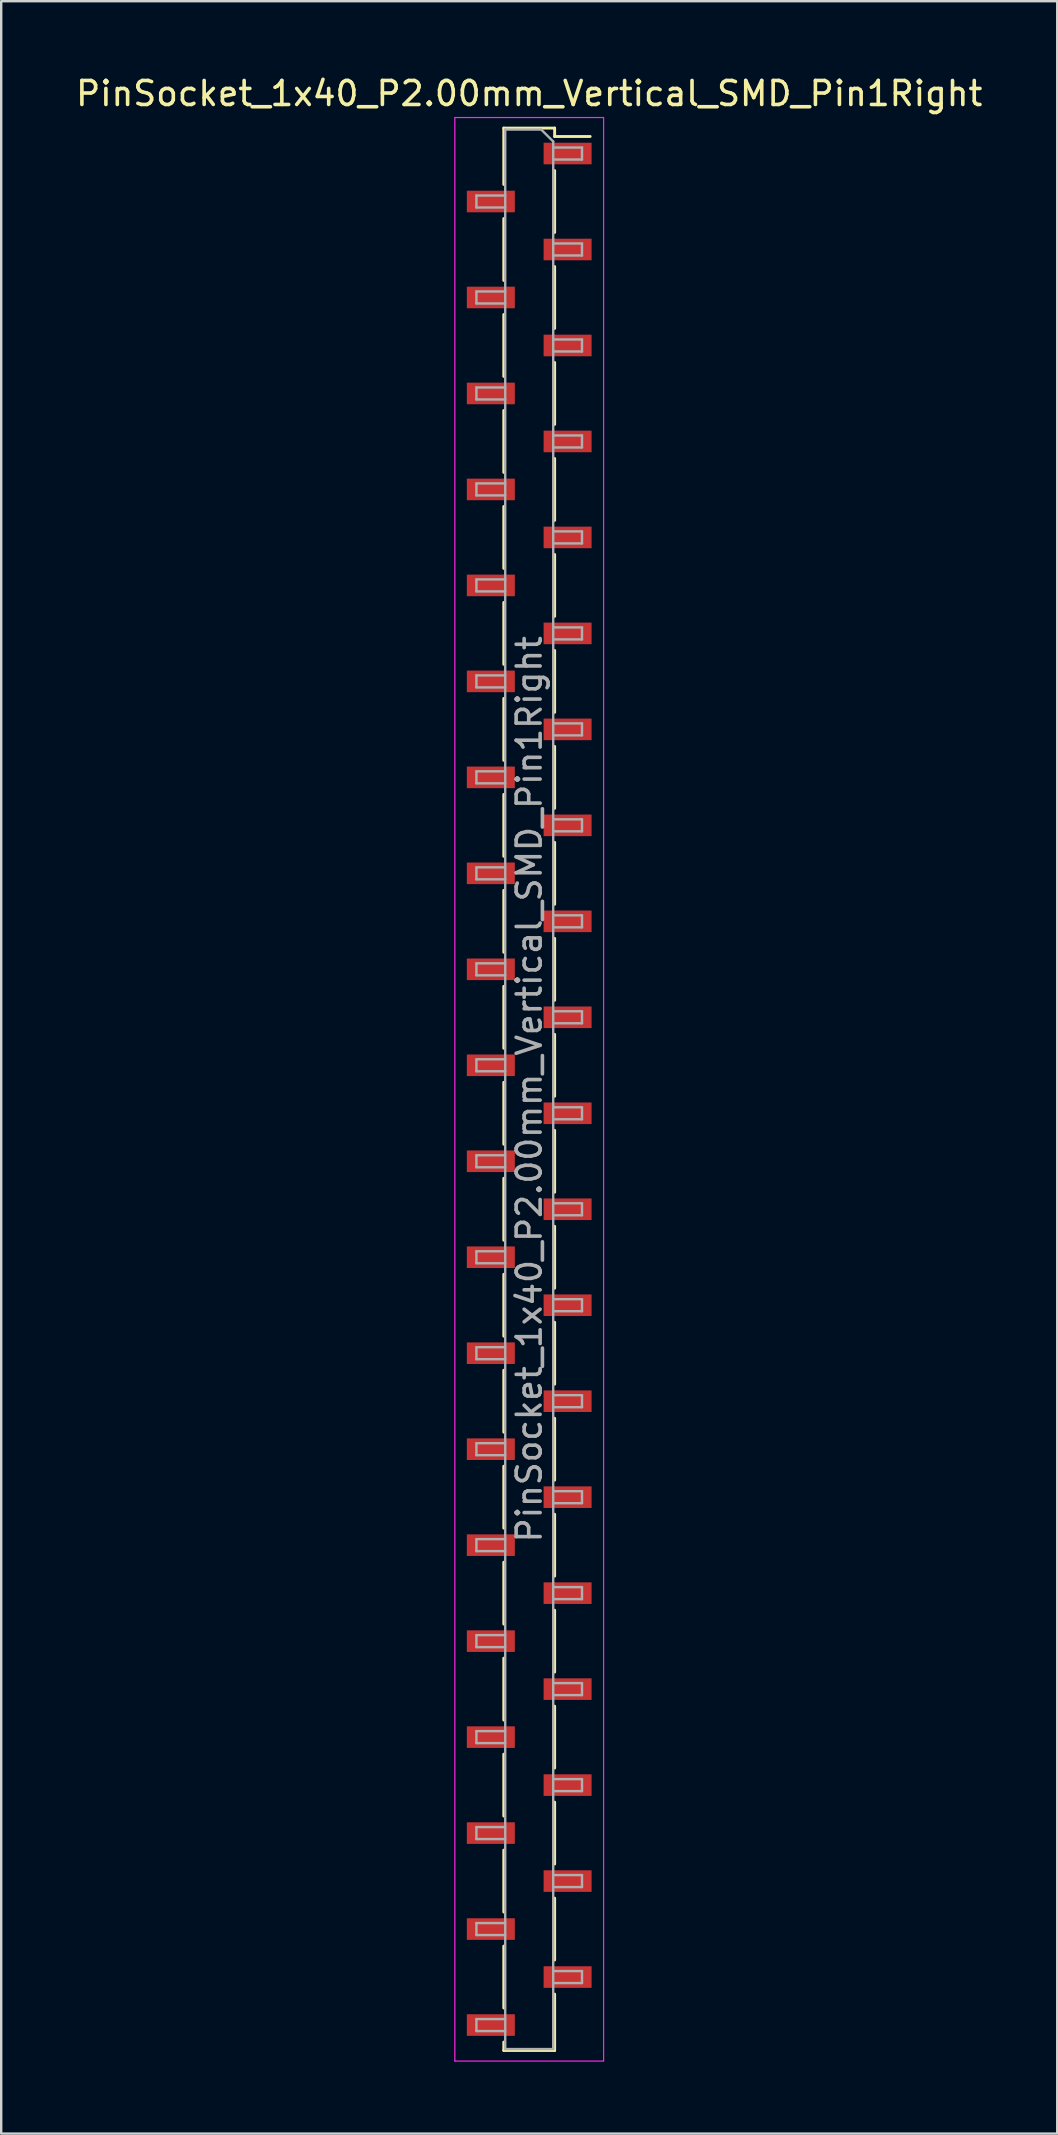
<source format=kicad_pcb>
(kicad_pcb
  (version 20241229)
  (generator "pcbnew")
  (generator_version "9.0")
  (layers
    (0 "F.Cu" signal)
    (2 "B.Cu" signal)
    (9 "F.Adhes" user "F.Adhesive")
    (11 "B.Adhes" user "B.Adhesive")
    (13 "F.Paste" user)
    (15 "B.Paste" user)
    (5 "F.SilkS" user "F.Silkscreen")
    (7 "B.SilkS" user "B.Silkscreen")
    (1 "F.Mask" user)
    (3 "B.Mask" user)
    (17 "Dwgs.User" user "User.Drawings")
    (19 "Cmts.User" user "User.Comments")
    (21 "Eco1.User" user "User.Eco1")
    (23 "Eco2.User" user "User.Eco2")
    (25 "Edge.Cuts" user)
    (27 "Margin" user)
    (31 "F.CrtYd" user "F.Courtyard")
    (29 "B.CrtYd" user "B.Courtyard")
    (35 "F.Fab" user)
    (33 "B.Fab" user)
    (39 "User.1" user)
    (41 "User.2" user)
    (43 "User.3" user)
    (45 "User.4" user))
  (footprint "PinSocket_1x40_P2.00mm_Vertical_SMD_Pin1Right"
    (layer "F.Cu")
    (at 19.006 42.348)
    (property "Reference" "PinSocket_1x40_P2.00mm_Vertical_SMD_Pin1Right" (at 0 -41.5 0) (layer "F.SilkS") (effects (font (size 1 1) (thickness 0.15))))
    (attr smd)
    (fp_line (start -1.06 -40.06) (end -1.06 -37.71) (stroke (width 0.12) (type solid)) (layer "F.SilkS"))
    (fp_line (start -1.06 -40.06) (end 1.06 -40.06) (stroke (width 0.12) (type solid)) (layer "F.SilkS"))
    (fp_line (start -1.06 -36.29) (end -1.06 -33.71) (stroke (width 0.12) (type solid)) (layer "F.SilkS"))
    (fp_line (start -1.06 -32.29) (end -1.06 -29.71) (stroke (width 0.12) (type solid)) (layer "F.SilkS"))
    (fp_line (start -1.06 -28.29) (end -1.06 -25.71) (stroke (width 0.12) (type solid)) (layer "F.SilkS"))
    (fp_line (start -1.06 -24.29) (end -1.06 -21.71) (stroke (width 0.12) (type solid)) (layer "F.SilkS"))
    (fp_line (start -1.06 -20.29) (end -1.06 -17.71) (stroke (width 0.12) (type solid)) (layer "F.SilkS"))
    (fp_line (start -1.06 -16.29) (end -1.06 -13.71) (stroke (width 0.12) (type solid)) (layer "F.SilkS"))
    (fp_line (start -1.06 -12.29) (end -1.06 -9.71) (stroke (width 0.12) (type solid)) (layer "F.SilkS"))
    (fp_line (start -1.06 -8.29) (end -1.06 -5.71) (stroke (width 0.12) (type solid)) (layer "F.SilkS"))
    (fp_line (start -1.06 -4.29) (end -1.06 -1.71) (stroke (width 0.12) (type solid)) (layer "F.SilkS"))
    (fp_line (start -1.06 -0.29) (end -1.06 2.29) (stroke (width 0.12) (type solid)) (layer "F.SilkS"))
    (fp_line (start -1.06 3.71) (end -1.06 6.29) (stroke (width 0.12) (type solid)) (layer "F.SilkS"))
    (fp_line (start -1.06 7.71) (end -1.06 10.29) (stroke (width 0.12) (type solid)) (layer "F.SilkS"))
    (fp_line (start -1.06 11.71) (end -1.06 14.29) (stroke (width 0.12) (type solid)) (layer "F.SilkS"))
    (fp_line (start -1.06 15.71) (end -1.06 18.29) (stroke (width 0.12) (type solid)) (layer "F.SilkS"))
    (fp_line (start -1.06 19.71) (end -1.06 22.29) (stroke (width 0.12) (type solid)) (layer "F.SilkS"))
    (fp_line (start -1.06 23.71) (end -1.06 26.29) (stroke (width 0.12) (type solid)) (layer "F.SilkS"))
    (fp_line (start -1.06 27.71) (end -1.06 30.29) (stroke (width 0.12) (type solid)) (layer "F.SilkS"))
    (fp_line (start -1.06 31.71) (end -1.06 34.29) (stroke (width 0.12) (type solid)) (layer "F.SilkS"))
    (fp_line (start -1.06 35.71) (end -1.06 38.29) (stroke (width 0.12) (type solid)) (layer "F.SilkS"))
    (fp_line (start -1.06 39.71) (end -1.06 40.06) (stroke (width 0.12) (type solid)) (layer "F.SilkS"))
    (fp_line (start -1.06 40.06) (end 1.06 40.06) (stroke (width 0.12) (type solid)) (layer "F.SilkS"))
    (fp_line (start 1.06 -40.06) (end 1.06 -39.71) (stroke (width 0.12) (type solid)) (layer "F.SilkS"))
    (fp_line (start 1.06 -39.71) (end 2.54 -39.71) (stroke (width 0.12) (type solid)) (layer "F.SilkS"))
    (fp_line (start 1.06 -38.29) (end 1.06 -35.71) (stroke (width 0.12) (type solid)) (layer "F.SilkS"))
    (fp_line (start 1.06 -34.29) (end 1.06 -31.71) (stroke (width 0.12) (type solid)) (layer "F.SilkS"))
    (fp_line (start 1.06 -30.29) (end 1.06 -27.71) (stroke (width 0.12) (type solid)) (layer "F.SilkS"))
    (fp_line (start 1.06 -26.29) (end 1.06 -23.71) (stroke (width 0.12) (type solid)) (layer "F.SilkS"))
    (fp_line (start 1.06 -22.29) (end 1.06 -19.71) (stroke (width 0.12) (type solid)) (layer "F.SilkS"))
    (fp_line (start 1.06 -18.29) (end 1.06 -15.71) (stroke (width 0.12) (type solid)) (layer "F.SilkS"))
    (fp_line (start 1.06 -14.29) (end 1.06 -11.71) (stroke (width 0.12) (type solid)) (layer "F.SilkS"))
    (fp_line (start 1.06 -10.29) (end 1.06 -7.71) (stroke (width 0.12) (type solid)) (layer "F.SilkS"))
    (fp_line (start 1.06 -6.29) (end 1.06 -3.71) (stroke (width 0.12) (type solid)) (layer "F.SilkS"))
    (fp_line (start 1.06 -2.29) (end 1.06 0.29) (stroke (width 0.12) (type solid)) (layer "F.SilkS"))
    (fp_line (start 1.06 1.71) (end 1.06 4.29) (stroke (width 0.12) (type solid)) (layer "F.SilkS"))
    (fp_line (start 1.06 5.71) (end 1.06 8.29) (stroke (width 0.12) (type solid)) (layer "F.SilkS"))
    (fp_line (start 1.06 9.71) (end 1.06 12.29) (stroke (width 0.12) (type solid)) (layer "F.SilkS"))
    (fp_line (start 1.06 13.71) (end 1.06 16.29) (stroke (width 0.12) (type solid)) (layer "F.SilkS"))
    (fp_line (start 1.06 17.71) (end 1.06 20.29) (stroke (width 0.12) (type solid)) (layer "F.SilkS"))
    (fp_line (start 1.06 21.71) (end 1.06 24.29) (stroke (width 0.12) (type solid)) (layer "F.SilkS"))
    (fp_line (start 1.06 25.71) (end 1.06 28.29) (stroke (width 0.12) (type solid)) (layer "F.SilkS"))
    (fp_line (start 1.06 29.71) (end 1.06 32.29) (stroke (width 0.12) (type solid)) (layer "F.SilkS"))
    (fp_line (start 1.06 33.71) (end 1.06 36.29) (stroke (width 0.12) (type solid)) (layer "F.SilkS"))
    (fp_line (start 1.06 37.71) (end 1.06 40.06) (stroke (width 0.12) (type solid)) (layer "F.SilkS"))
    (fp_line (start -3.1 -40.5) (end 3.1 -40.5) (stroke (width 0.05) (type solid)) (layer "F.CrtYd"))
    (fp_line (start -3.1 40.5) (end -3.1 -40.5) (stroke (width 0.05) (type solid)) (layer "F.CrtYd"))
    (fp_line (start 3.1 -40.5) (end 3.1 40.5) (stroke (width 0.05) (type solid)) (layer "F.CrtYd"))
    (fp_line (start 3.1 40.5) (end -3.1 40.5) (stroke (width 0.05) (type solid)) (layer "F.CrtYd"))
    (fp_line (start -2.2 -37.25) (end -1 -37.25) (stroke (width 0.1) (type solid)) (layer "F.Fab"))
    (fp_line (start -2.2 -36.75) (end -2.2 -37.25) (stroke (width 0.1) (type solid)) (layer "F.Fab"))
    (fp_line (start -2.2 -33.25) (end -1 -33.25) (stroke (width 0.1) (type solid)) (layer "F.Fab"))
    (fp_line (start -2.2 -32.75) (end -2.2 -33.25) (stroke (width 0.1) (type solid)) (layer "F.Fab"))
    (fp_line (start -2.2 -29.25) (end -1 -29.25) (stroke (width 0.1) (type solid)) (layer "F.Fab"))
    (fp_line (start -2.2 -28.75) (end -2.2 -29.25) (stroke (width 0.1) (type solid)) (layer "F.Fab"))
    (fp_line (start -2.2 -25.25) (end -1 -25.25) (stroke (width 0.1) (type solid)) (layer "F.Fab"))
    (fp_line (start -2.2 -24.75) (end -2.2 -25.25) (stroke (width 0.1) (type solid)) (layer "F.Fab"))
    (fp_line (start -2.2 -21.25) (end -1 -21.25) (stroke (width 0.1) (type solid)) (layer "F.Fab"))
    (fp_line (start -2.2 -20.75) (end -2.2 -21.25) (stroke (width 0.1) (type solid)) (layer "F.Fab"))
    (fp_line (start -2.2 -17.25) (end -1 -17.25) (stroke (width 0.1) (type solid)) (layer "F.Fab"))
    (fp_line (start -2.2 -16.75) (end -2.2 -17.25) (stroke (width 0.1) (type solid)) (layer "F.Fab"))
    (fp_line (start -2.2 -13.25) (end -1 -13.25) (stroke (width 0.1) (type solid)) (layer "F.Fab"))
    (fp_line (start -2.2 -12.75) (end -2.2 -13.25) (stroke (width 0.1) (type solid)) (layer "F.Fab"))
    (fp_line (start -2.2 -9.25) (end -1 -9.25) (stroke (width 0.1) (type solid)) (layer "F.Fab"))
    (fp_line (start -2.2 -8.75) (end -2.2 -9.25) (stroke (width 0.1) (type solid)) (layer "F.Fab"))
    (fp_line (start -2.2 -5.25) (end -1 -5.25) (stroke (width 0.1) (type solid)) (layer "F.Fab"))
    (fp_line (start -2.2 -4.75) (end -2.2 -5.25) (stroke (width 0.1) (type solid)) (layer "F.Fab"))
    (fp_line (start -2.2 -1.25) (end -1 -1.25) (stroke (width 0.1) (type solid)) (layer "F.Fab"))
    (fp_line (start -2.2 -0.75) (end -2.2 -1.25) (stroke (width 0.1) (type solid)) (layer "F.Fab"))
    (fp_line (start -2.2 2.75) (end -1 2.75) (stroke (width 0.1) (type solid)) (layer "F.Fab"))
    (fp_line (start -2.2 3.25) (end -2.2 2.75) (stroke (width 0.1) (type solid)) (layer "F.Fab"))
    (fp_line (start -2.2 6.75) (end -1 6.75) (stroke (width 0.1) (type solid)) (layer "F.Fab"))
    (fp_line (start -2.2 7.25) (end -2.2 6.75) (stroke (width 0.1) (type solid)) (layer "F.Fab"))
    (fp_line (start -2.2 10.75) (end -1 10.75) (stroke (width 0.1) (type solid)) (layer "F.Fab"))
    (fp_line (start -2.2 11.25) (end -2.2 10.75) (stroke (width 0.1) (type solid)) (layer "F.Fab"))
    (fp_line (start -2.2 14.75) (end -1 14.75) (stroke (width 0.1) (type solid)) (layer "F.Fab"))
    (fp_line (start -2.2 15.25) (end -2.2 14.75) (stroke (width 0.1) (type solid)) (layer "F.Fab"))
    (fp_line (start -2.2 18.75) (end -1 18.75) (stroke (width 0.1) (type solid)) (layer "F.Fab"))
    (fp_line (start -2.2 19.25) (end -2.2 18.75) (stroke (width 0.1) (type solid)) (layer "F.Fab"))
    (fp_line (start -2.2 22.75) (end -1 22.75) (stroke (width 0.1) (type solid)) (layer "F.Fab"))
    (fp_line (start -2.2 23.25) (end -2.2 22.75) (stroke (width 0.1) (type solid)) (layer "F.Fab"))
    (fp_line (start -2.2 26.75) (end -1 26.75) (stroke (width 0.1) (type solid)) (layer "F.Fab"))
    (fp_line (start -2.2 27.25) (end -2.2 26.75) (stroke (width 0.1) (type solid)) (layer "F.Fab"))
    (fp_line (start -2.2 30.75) (end -1 30.75) (stroke (width 0.1) (type solid)) (layer "F.Fab"))
    (fp_line (start -2.2 31.25) (end -2.2 30.75) (stroke (width 0.1) (type solid)) (layer "F.Fab"))
    (fp_line (start -2.2 34.75) (end -1 34.75) (stroke (width 0.1) (type solid)) (layer "F.Fab"))
    (fp_line (start -2.2 35.25) (end -2.2 34.75) (stroke (width 0.1) (type solid)) (layer "F.Fab"))
    (fp_line (start -2.2 38.75) (end -1 38.75) (stroke (width 0.1) (type solid)) (layer "F.Fab"))
    (fp_line (start -2.2 39.25) (end -2.2 38.75) (stroke (width 0.1) (type solid)) (layer "F.Fab"))
    (fp_line (start -1 -40) (end 0.5 -40) (stroke (width 0.1) (type solid)) (layer "F.Fab"))
    (fp_line (start -1 -36.75) (end -2.2 -36.75) (stroke (width 0.1) (type solid)) (layer "F.Fab"))
    (fp_line (start -1 -32.75) (end -2.2 -32.75) (stroke (width 0.1) (type solid)) (layer "F.Fab"))
    (fp_line (start -1 -28.75) (end -2.2 -28.75) (stroke (width 0.1) (type solid)) (layer "F.Fab"))
    (fp_line (start -1 -24.75) (end -2.2 -24.75) (stroke (width 0.1) (type solid)) (layer "F.Fab"))
    (fp_line (start -1 -20.75) (end -2.2 -20.75) (stroke (width 0.1) (type solid)) (layer "F.Fab"))
    (fp_line (start -1 -16.75) (end -2.2 -16.75) (stroke (width 0.1) (type solid)) (layer "F.Fab"))
    (fp_line (start -1 -12.75) (end -2.2 -12.75) (stroke (width 0.1) (type solid)) (layer "F.Fab"))
    (fp_line (start -1 -8.75) (end -2.2 -8.75) (stroke (width 0.1) (type solid)) (layer "F.Fab"))
    (fp_line (start -1 -4.75) (end -2.2 -4.75) (stroke (width 0.1) (type solid)) (layer "F.Fab"))
    (fp_line (start -1 -0.75) (end -2.2 -0.75) (stroke (width 0.1) (type solid)) (layer "F.Fab"))
    (fp_line (start -1 3.25) (end -2.2 3.25) (stroke (width 0.1) (type solid)) (layer "F.Fab"))
    (fp_line (start -1 7.25) (end -2.2 7.25) (stroke (width 0.1) (type solid)) (layer "F.Fab"))
    (fp_line (start -1 11.25) (end -2.2 11.25) (stroke (width 0.1) (type solid)) (layer "F.Fab"))
    (fp_line (start -1 15.25) (end -2.2 15.25) (stroke (width 0.1) (type solid)) (layer "F.Fab"))
    (fp_line (start -1 19.25) (end -2.2 19.25) (stroke (width 0.1) (type solid)) (layer "F.Fab"))
    (fp_line (start -1 23.25) (end -2.2 23.25) (stroke (width 0.1) (type solid)) (layer "F.Fab"))
    (fp_line (start -1 27.25) (end -2.2 27.25) (stroke (width 0.1) (type solid)) (layer "F.Fab"))
    (fp_line (start -1 31.25) (end -2.2 31.25) (stroke (width 0.1) (type solid)) (layer "F.Fab"))
    (fp_line (start -1 35.25) (end -2.2 35.25) (stroke (width 0.1) (type solid)) (layer "F.Fab"))
    (fp_line (start -1 39.25) (end -2.2 39.25) (stroke (width 0.1) (type solid)) (layer "F.Fab"))
    (fp_line (start -1 40) (end -1 -40) (stroke (width 0.1) (type solid)) (layer "F.Fab"))
    (fp_line (start 0.5 -40) (end 1 -39.5) (stroke (width 0.1) (type solid)) (layer "F.Fab"))
    (fp_line (start 1 -39.5) (end 1 40) (stroke (width 0.1) (type solid)) (layer "F.Fab"))
    (fp_line (start 1 -39.25) (end 2.2 -39.25) (stroke (width 0.1) (type solid)) (layer "F.Fab"))
    (fp_line (start 1 -35.25) (end 2.2 -35.25) (stroke (width 0.1) (type solid)) (layer "F.Fab"))
    (fp_line (start 1 -31.25) (end 2.2 -31.25) (stroke (width 0.1) (type solid)) (layer "F.Fab"))
    (fp_line (start 1 -27.25) (end 2.2 -27.25) (stroke (width 0.1) (type solid)) (layer "F.Fab"))
    (fp_line (start 1 -23.25) (end 2.2 -23.25) (stroke (width 0.1) (type solid)) (layer "F.Fab"))
    (fp_line (start 1 -19.25) (end 2.2 -19.25) (stroke (width 0.1) (type solid)) (layer "F.Fab"))
    (fp_line (start 1 -15.25) (end 2.2 -15.25) (stroke (width 0.1) (type solid)) (layer "F.Fab"))
    (fp_line (start 1 -11.25) (end 2.2 -11.25) (stroke (width 0.1) (type solid)) (layer "F.Fab"))
    (fp_line (start 1 -7.25) (end 2.2 -7.25) (stroke (width 0.1) (type solid)) (layer "F.Fab"))
    (fp_line (start 1 -3.25) (end 2.2 -3.25) (stroke (width 0.1) (type solid)) (layer "F.Fab"))
    (fp_line (start 1 0.75) (end 2.2 0.75) (stroke (width 0.1) (type solid)) (layer "F.Fab"))
    (fp_line (start 1 4.75) (end 2.2 4.75) (stroke (width 0.1) (type solid)) (layer "F.Fab"))
    (fp_line (start 1 8.75) (end 2.2 8.75) (stroke (width 0.1) (type solid)) (layer "F.Fab"))
    (fp_line (start 1 12.75) (end 2.2 12.75) (stroke (width 0.1) (type solid)) (layer "F.Fab"))
    (fp_line (start 1 16.75) (end 2.2 16.75) (stroke (width 0.1) (type solid)) (layer "F.Fab"))
    (fp_line (start 1 20.75) (end 2.2 20.75) (stroke (width 0.1) (type solid)) (layer "F.Fab"))
    (fp_line (start 1 24.75) (end 2.2 24.75) (stroke (width 0.1) (type solid)) (layer "F.Fab"))
    (fp_line (start 1 28.75) (end 2.2 28.75) (stroke (width 0.1) (type solid)) (layer "F.Fab"))
    (fp_line (start 1 32.75) (end 2.2 32.75) (stroke (width 0.1) (type solid)) (layer "F.Fab"))
    (fp_line (start 1 36.75) (end 2.2 36.75) (stroke (width 0.1) (type solid)) (layer "F.Fab"))
    (fp_line (start 1 40) (end -1 40) (stroke (width 0.1) (type solid)) (layer "F.Fab"))
    (fp_line (start 2.2 -39.25) (end 2.2 -38.75) (stroke (width 0.1) (type solid)) (layer "F.Fab"))
    (fp_line (start 2.2 -38.75) (end 1 -38.75) (stroke (width 0.1) (type solid)) (layer "F.Fab"))
    (fp_line (start 2.2 -35.25) (end 2.2 -34.75) (stroke (width 0.1) (type solid)) (layer "F.Fab"))
    (fp_line (start 2.2 -34.75) (end 1 -34.75) (stroke (width 0.1) (type solid)) (layer "F.Fab"))
    (fp_line (start 2.2 -31.25) (end 2.2 -30.75) (stroke (width 0.1) (type solid)) (layer "F.Fab"))
    (fp_line (start 2.2 -30.75) (end 1 -30.75) (stroke (width 0.1) (type solid)) (layer "F.Fab"))
    (fp_line (start 2.2 -27.25) (end 2.2 -26.75) (stroke (width 0.1) (type solid)) (layer "F.Fab"))
    (fp_line (start 2.2 -26.75) (end 1 -26.75) (stroke (width 0.1) (type solid)) (layer "F.Fab"))
    (fp_line (start 2.2 -23.25) (end 2.2 -22.75) (stroke (width 0.1) (type solid)) (layer "F.Fab"))
    (fp_line (start 2.2 -22.75) (end 1 -22.75) (stroke (width 0.1) (type solid)) (layer "F.Fab"))
    (fp_line (start 2.2 -19.25) (end 2.2 -18.75) (stroke (width 0.1) (type solid)) (layer "F.Fab"))
    (fp_line (start 2.2 -18.75) (end 1 -18.75) (stroke (width 0.1) (type solid)) (layer "F.Fab"))
    (fp_line (start 2.2 -15.25) (end 2.2 -14.75) (stroke (width 0.1) (type solid)) (layer "F.Fab"))
    (fp_line (start 2.2 -14.75) (end 1 -14.75) (stroke (width 0.1) (type solid)) (layer "F.Fab"))
    (fp_line (start 2.2 -11.25) (end 2.2 -10.75) (stroke (width 0.1) (type solid)) (layer "F.Fab"))
    (fp_line (start 2.2 -10.75) (end 1 -10.75) (stroke (width 0.1) (type solid)) (layer "F.Fab"))
    (fp_line (start 2.2 -7.25) (end 2.2 -6.75) (stroke (width 0.1) (type solid)) (layer "F.Fab"))
    (fp_line (start 2.2 -6.75) (end 1 -6.75) (stroke (width 0.1) (type solid)) (layer "F.Fab"))
    (fp_line (start 2.2 -3.25) (end 2.2 -2.75) (stroke (width 0.1) (type solid)) (layer "F.Fab"))
    (fp_line (start 2.2 -2.75) (end 1 -2.75) (stroke (width 0.1) (type solid)) (layer "F.Fab"))
    (fp_line (start 2.2 0.75) (end 2.2 1.25) (stroke (width 0.1) (type solid)) (layer "F.Fab"))
    (fp_line (start 2.2 1.25) (end 1 1.25) (stroke (width 0.1) (type solid)) (layer "F.Fab"))
    (fp_line (start 2.2 4.75) (end 2.2 5.25) (stroke (width 0.1) (type solid)) (layer "F.Fab"))
    (fp_line (start 2.2 5.25) (end 1 5.25) (stroke (width 0.1) (type solid)) (layer "F.Fab"))
    (fp_line (start 2.2 8.75) (end 2.2 9.25) (stroke (width 0.1) (type solid)) (layer "F.Fab"))
    (fp_line (start 2.2 9.25) (end 1 9.25) (stroke (width 0.1) (type solid)) (layer "F.Fab"))
    (fp_line (start 2.2 12.75) (end 2.2 13.25) (stroke (width 0.1) (type solid)) (layer "F.Fab"))
    (fp_line (start 2.2 13.25) (end 1 13.25) (stroke (width 0.1) (type solid)) (layer "F.Fab"))
    (fp_line (start 2.2 16.75) (end 2.2 17.25) (stroke (width 0.1) (type solid)) (layer "F.Fab"))
    (fp_line (start 2.2 17.25) (end 1 17.25) (stroke (width 0.1) (type solid)) (layer "F.Fab"))
    (fp_line (start 2.2 20.75) (end 2.2 21.25) (stroke (width 0.1) (type solid)) (layer "F.Fab"))
    (fp_line (start 2.2 21.25) (end 1 21.25) (stroke (width 0.1) (type solid)) (layer "F.Fab"))
    (fp_line (start 2.2 24.75) (end 2.2 25.25) (stroke (width 0.1) (type solid)) (layer "F.Fab"))
    (fp_line (start 2.2 25.25) (end 1 25.25) (stroke (width 0.1) (type solid)) (layer "F.Fab"))
    (fp_line (start 2.2 28.75) (end 2.2 29.25) (stroke (width 0.1) (type solid)) (layer "F.Fab"))
    (fp_line (start 2.2 29.25) (end 1 29.25) (stroke (width 0.1) (type solid)) (layer "F.Fab"))
    (fp_line (start 2.2 32.75) (end 2.2 33.25) (stroke (width 0.1) (type solid)) (layer "F.Fab"))
    (fp_line (start 2.2 33.25) (end 1 33.25) (stroke (width 0.1) (type solid)) (layer "F.Fab"))
    (fp_line (start 2.2 36.75) (end 2.2 37.25) (stroke (width 0.1) (type solid)) (layer "F.Fab"))
    (fp_line (start 2.2 37.25) (end 1 37.25) (stroke (width 0.1) (type solid)) (layer "F.Fab"))
    (fp_text user "${REFERENCE}" (at 0 0 90) (layer "F.Fab") (effects (font (size 1 1) (thickness 0.15))))
    (pad "1" smd rect (at 1.6 -39) (size 2 0.9) (layers "F.Cu" "F.Mask" "F.Paste"))
    (pad "2" smd rect (at -1.6 -37) (size 2 0.9) (layers "F.Cu" "F.Mask" "F.Paste"))
    (pad "3" smd rect (at 1.6 -35) (size 2 0.9) (layers "F.Cu" "F.Mask" "F.Paste"))
    (pad "4" smd rect (at -1.6 -33) (size 2 0.9) (layers "F.Cu" "F.Mask" "F.Paste"))
    (pad "5" smd rect (at 1.6 -31) (size 2 0.9) (layers "F.Cu" "F.Mask" "F.Paste"))
    (pad "6" smd rect (at -1.6 -29) (size 2 0.9) (layers "F.Cu" "F.Mask" "F.Paste"))
    (pad "7" smd rect (at 1.6 -27) (size 2 0.9) (layers "F.Cu" "F.Mask" "F.Paste"))
    (pad "8" smd rect (at -1.6 -25) (size 2 0.9) (layers "F.Cu" "F.Mask" "F.Paste"))
    (pad "9" smd rect (at 1.6 -23) (size 2 0.9) (layers "F.Cu" "F.Mask" "F.Paste"))
    (pad "10" smd rect (at -1.6 -21) (size 2 0.9) (layers "F.Cu" "F.Mask" "F.Paste"))
    (pad "11" smd rect (at 1.6 -19) (size 2 0.9) (layers "F.Cu" "F.Mask" "F.Paste"))
    (pad "12" smd rect (at -1.6 -17) (size 2 0.9) (layers "F.Cu" "F.Mask" "F.Paste"))
    (pad "13" smd rect (at 1.6 -15) (size 2 0.9) (layers "F.Cu" "F.Mask" "F.Paste"))
    (pad "14" smd rect (at -1.6 -13) (size 2 0.9) (layers "F.Cu" "F.Mask" "F.Paste"))
    (pad "15" smd rect (at 1.6 -11) (size 2 0.9) (layers "F.Cu" "F.Mask" "F.Paste"))
    (pad "16" smd rect (at -1.6 -9) (size 2 0.9) (layers "F.Cu" "F.Mask" "F.Paste"))
    (pad "17" smd rect (at 1.6 -7) (size 2 0.9) (layers "F.Cu" "F.Mask" "F.Paste"))
    (pad "18" smd rect (at -1.6 -5) (size 2 0.9) (layers "F.Cu" "F.Mask" "F.Paste"))
    (pad "19" smd rect (at 1.6 -3) (size 2 0.9) (layers "F.Cu" "F.Mask" "F.Paste"))
    (pad "20" smd rect (at -1.6 -1) (size 2 0.9) (layers "F.Cu" "F.Mask" "F.Paste"))
    (pad "21" smd rect (at 1.6 1) (size 2 0.9) (layers "F.Cu" "F.Mask" "F.Paste"))
    (pad "22" smd rect (at -1.6 3) (size 2 0.9) (layers "F.Cu" "F.Mask" "F.Paste"))
    (pad "23" smd rect (at 1.6 5) (size 2 0.9) (layers "F.Cu" "F.Mask" "F.Paste"))
    (pad "24" smd rect (at -1.6 7) (size 2 0.9) (layers "F.Cu" "F.Mask" "F.Paste"))
    (pad "25" smd rect (at 1.6 9) (size 2 0.9) (layers "F.Cu" "F.Mask" "F.Paste"))
    (pad "26" smd rect (at -1.6 11) (size 2 0.9) (layers "F.Cu" "F.Mask" "F.Paste"))
    (pad "27" smd rect (at 1.6 13) (size 2 0.9) (layers "F.Cu" "F.Mask" "F.Paste"))
    (pad "28" smd rect (at -1.6 15) (size 2 0.9) (layers "F.Cu" "F.Mask" "F.Paste"))
    (pad "29" smd rect (at 1.6 17) (size 2 0.9) (layers "F.Cu" "F.Mask" "F.Paste"))
    (pad "30" smd rect (at -1.6 19) (size 2 0.9) (layers "F.Cu" "F.Mask" "F.Paste"))
    (pad "31" smd rect (at 1.6 21) (size 2 0.9) (layers "F.Cu" "F.Mask" "F.Paste"))
    (pad "32" smd rect (at -1.6 23) (size 2 0.9) (layers "F.Cu" "F.Mask" "F.Paste"))
    (pad "33" smd rect (at 1.6 25) (size 2 0.9) (layers "F.Cu" "F.Mask" "F.Paste"))
    (pad "34" smd rect (at -1.6 27) (size 2 0.9) (layers "F.Cu" "F.Mask" "F.Paste"))
    (pad "35" smd rect (at 1.6 29) (size 2 0.9) (layers "F.Cu" "F.Mask" "F.Paste"))
    (pad "36" smd rect (at -1.6 31) (size 2 0.9) (layers "F.Cu" "F.Mask" "F.Paste"))
    (pad "37" smd rect (at 1.6 33) (size 2 0.9) (layers "F.Cu" "F.Mask" "F.Paste"))
    (pad "38" smd rect (at -1.6 35) (size 2 0.9) (layers "F.Cu" "F.Mask" "F.Paste"))
    (pad "39" smd rect (at 1.6 37) (size 2 0.9) (layers "F.Cu" "F.Mask" "F.Paste"))
    (pad "40" smd rect (at -1.6 39) (size 2 0.9) (layers "F.Cu" "F.Mask" "F.Paste")))
  (gr_rect
    (start -3 -3)
    (end 41.012 85.873)
    (stroke (width 0.1) (type default))
    (fill no)
    (layer "Edge.Cuts")))
</source>
